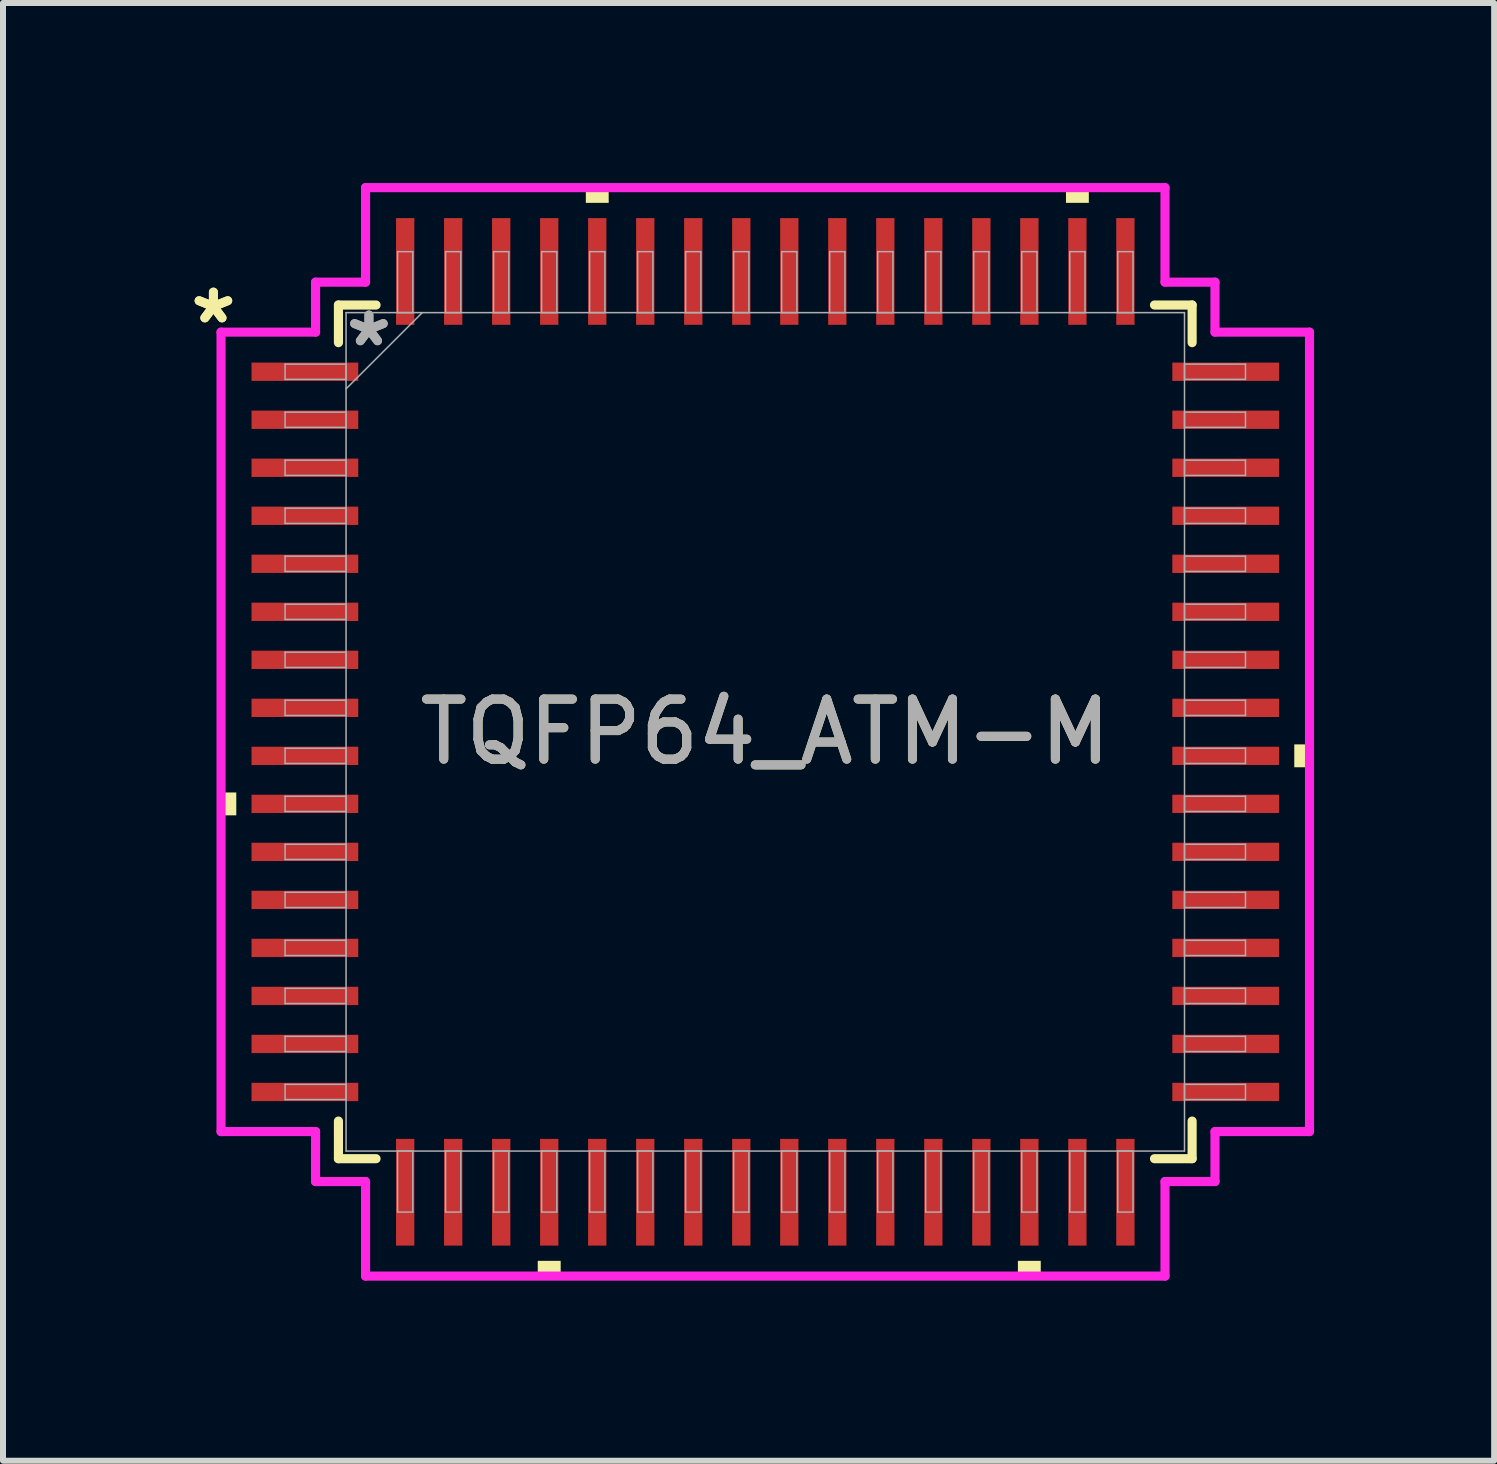
<source format=kicad_pcb>
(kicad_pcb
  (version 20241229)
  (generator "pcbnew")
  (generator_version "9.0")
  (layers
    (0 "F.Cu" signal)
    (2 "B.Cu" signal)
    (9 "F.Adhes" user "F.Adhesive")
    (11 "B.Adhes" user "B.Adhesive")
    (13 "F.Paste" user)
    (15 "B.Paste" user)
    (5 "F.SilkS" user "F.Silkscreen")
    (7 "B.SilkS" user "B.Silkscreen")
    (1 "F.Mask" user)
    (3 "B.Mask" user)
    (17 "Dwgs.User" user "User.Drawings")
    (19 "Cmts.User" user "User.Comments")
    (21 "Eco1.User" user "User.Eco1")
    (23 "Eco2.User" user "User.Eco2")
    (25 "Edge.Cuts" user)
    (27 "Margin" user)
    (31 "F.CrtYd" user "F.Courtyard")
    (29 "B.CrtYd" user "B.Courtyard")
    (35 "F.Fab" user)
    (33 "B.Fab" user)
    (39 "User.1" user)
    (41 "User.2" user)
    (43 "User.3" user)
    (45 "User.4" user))
  (footprint "TQFP64_ATM-M"
    (layer "F.Cu")
    (at 9.701 9.144)
    (property "Reference" "TQFP64_ATM-M" (at 0 0 0) (unlocked yes) (layer "F.SilkS") (effects (font (size 1 1) (thickness 0.15))))
    (attr smd)
    (fp_line (start -7.112 -7.112) (end -7.112 -6.485) (stroke (width 0.152) (type solid)) (layer "F.SilkS"))
    (fp_line (start -7.112 6.485) (end -7.112 7.112) (stroke (width 0.152) (type solid)) (layer "F.SilkS"))
    (fp_line (start -7.112 7.112) (end -6.485 7.112) (stroke (width 0.152) (type solid)) (layer "F.SilkS"))
    (fp_line (start -6.485 -7.112) (end -7.112 -7.112) (stroke (width 0.152) (type solid)) (layer "F.SilkS"))
    (fp_line (start 6.485 7.112) (end 7.112 7.112) (stroke (width 0.152) (type solid)) (layer "F.SilkS"))
    (fp_line (start 7.112 -7.112) (end 6.485 -7.112) (stroke (width 0.152) (type solid)) (layer "F.SilkS"))
    (fp_line (start 7.112 -6.485) (end 7.112 -7.112) (stroke (width 0.152) (type solid)) (layer "F.SilkS"))
    (fp_line (start 7.112 7.112) (end 7.112 6.485) (stroke (width 0.152) (type solid)) (layer "F.SilkS"))
    (fp_poly (pts (xy -9.068 1.01) (xy -9.068 1.391) (xy -8.814 1.391) (xy -8.814 1.01)) (stroke (width 0) (type solid)) (fill yes) (layer "F.SilkS"))
    (fp_poly (pts (xy -3.791 8.814) (xy -3.791 9.068) (xy -3.409 9.068) (xy -3.409 8.814)) (stroke (width 0) (type solid)) (fill yes) (layer "F.SilkS"))
    (fp_poly (pts (xy -2.99 -8.814) (xy -2.99 -9.068) (xy -2.609 -9.068) (xy -2.609 -8.814)) (stroke (width 0) (type solid)) (fill yes) (layer "F.SilkS"))
    (fp_poly (pts (xy 4.209 8.814) (xy 4.209 9.068) (xy 4.59 9.068) (xy 4.59 8.814)) (stroke (width 0) (type solid)) (fill yes) (layer "F.SilkS"))
    (fp_poly (pts (xy 5.01 -8.814) (xy 5.01 -9.068) (xy 5.391 -9.068) (xy 5.391 -8.814)) (stroke (width 0) (type solid)) (fill yes) (layer "F.SilkS"))
    (fp_poly (pts (xy 9.068 0.209) (xy 9.068 0.59) (xy 8.814 0.59) (xy 8.814 0.209)) (stroke (width 0) (type solid)) (fill yes) (layer "F.SilkS"))
    (fp_line (start -9.068 -6.66) (end -7.493 -6.66) (stroke (width 0.152) (type solid)) (layer "F.CrtYd"))
    (fp_line (start -9.068 6.66) (end -9.068 -6.66) (stroke (width 0.152) (type solid)) (layer "F.CrtYd"))
    (fp_line (start -7.493 -7.493) (end -6.66 -7.493) (stroke (width 0.152) (type solid)) (layer "F.CrtYd"))
    (fp_line (start -7.493 -6.66) (end -7.493 -7.493) (stroke (width 0.152) (type solid)) (layer "F.CrtYd"))
    (fp_line (start -7.493 6.66) (end -9.068 6.66) (stroke (width 0.152) (type solid)) (layer "F.CrtYd"))
    (fp_line (start -7.493 7.493) (end -7.493 6.66) (stroke (width 0.152) (type solid)) (layer "F.CrtYd"))
    (fp_line (start -7.493 7.493) (end -6.66 7.493) (stroke (width 0.152) (type solid)) (layer "F.CrtYd"))
    (fp_line (start -6.66 -9.068) (end 6.66 -9.068) (stroke (width 0.152) (type solid)) (layer "F.CrtYd"))
    (fp_line (start -6.66 -7.493) (end -6.66 -9.068) (stroke (width 0.152) (type solid)) (layer "F.CrtYd"))
    (fp_line (start -6.66 7.493) (end -6.66 9.068) (stroke (width 0.152) (type solid)) (layer "F.CrtYd"))
    (fp_line (start -6.66 9.068) (end 6.66 9.068) (stroke (width 0.152) (type solid)) (layer "F.CrtYd"))
    (fp_line (start 6.66 -9.068) (end 6.66 -7.493) (stroke (width 0.152) (type solid)) (layer "F.CrtYd"))
    (fp_line (start 6.66 -7.493) (end 7.493 -7.493) (stroke (width 0.152) (type solid)) (layer "F.CrtYd"))
    (fp_line (start 6.66 7.493) (end 7.493 7.493) (stroke (width 0.152) (type solid)) (layer "F.CrtYd"))
    (fp_line (start 6.66 9.068) (end 6.66 7.493) (stroke (width 0.152) (type solid)) (layer "F.CrtYd"))
    (fp_line (start 7.493 -6.66) (end 7.493 -7.493) (stroke (width 0.152) (type solid)) (layer "F.CrtYd"))
    (fp_line (start 7.493 6.66) (end 9.068 6.66) (stroke (width 0.152) (type solid)) (layer "F.CrtYd"))
    (fp_line (start 7.493 7.493) (end 7.493 6.66) (stroke (width 0.152) (type solid)) (layer "F.CrtYd"))
    (fp_line (start 9.068 -6.66) (end 7.493 -6.66) (stroke (width 0.152) (type solid)) (layer "F.CrtYd"))
    (fp_line (start 9.068 6.66) (end 9.068 -6.66) (stroke (width 0.152) (type solid)) (layer "F.CrtYd"))
    (fp_line (start -8.001 -6.127) (end -8.001 -5.873) (stroke (width 0.025) (type solid)) (layer "F.Fab"))
    (fp_line (start -8.001 -5.873) (end -6.985 -5.873) (stroke (width 0.025) (type solid)) (layer "F.Fab"))
    (fp_line (start -8.001 -5.327) (end -8.001 -5.073) (stroke (width 0.025) (type solid)) (layer "F.Fab"))
    (fp_line (start -8.001 -5.073) (end -6.985 -5.073) (stroke (width 0.025) (type solid)) (layer "F.Fab"))
    (fp_line (start -8.001 -4.527) (end -8.001 -4.273) (stroke (width 0.025) (type solid)) (layer "F.Fab"))
    (fp_line (start -8.001 -4.273) (end -6.985 -4.273) (stroke (width 0.025) (type solid)) (layer "F.Fab"))
    (fp_line (start -8.001 -3.727) (end -8.001 -3.473) (stroke (width 0.025) (type solid)) (layer "F.Fab"))
    (fp_line (start -8.001 -3.473) (end -6.985 -3.473) (stroke (width 0.025) (type solid)) (layer "F.Fab"))
    (fp_line (start -8.001 -2.927) (end -8.001 -2.673) (stroke (width 0.025) (type solid)) (layer "F.Fab"))
    (fp_line (start -8.001 -2.673) (end -6.985 -2.673) (stroke (width 0.025) (type solid)) (layer "F.Fab"))
    (fp_line (start -8.001 -2.127) (end -8.001 -1.873) (stroke (width 0.025) (type solid)) (layer "F.Fab"))
    (fp_line (start -8.001 -1.873) (end -6.985 -1.873) (stroke (width 0.025) (type solid)) (layer "F.Fab"))
    (fp_line (start -8.001 -1.327) (end -8.001 -1.073) (stroke (width 0.025) (type solid)) (layer "F.Fab"))
    (fp_line (start -8.001 -1.073) (end -6.985 -1.073) (stroke (width 0.025) (type solid)) (layer "F.Fab"))
    (fp_line (start -8.001 -0.527) (end -8.001 -0.273) (stroke (width 0.025) (type solid)) (layer "F.Fab"))
    (fp_line (start -8.001 -0.273) (end -6.985 -0.273) (stroke (width 0.025) (type solid)) (layer "F.Fab"))
    (fp_line (start -8.001 0.273) (end -8.001 0.527) (stroke (width 0.025) (type solid)) (layer "F.Fab"))
    (fp_line (start -8.001 0.527) (end -6.985 0.527) (stroke (width 0.025) (type solid)) (layer "F.Fab"))
    (fp_line (start -8.001 1.073) (end -8.001 1.327) (stroke (width 0.025) (type solid)) (layer "F.Fab"))
    (fp_line (start -8.001 1.327) (end -6.985 1.327) (stroke (width 0.025) (type solid)) (layer "F.Fab"))
    (fp_line (start -8.001 1.873) (end -8.001 2.127) (stroke (width 0.025) (type solid)) (layer "F.Fab"))
    (fp_line (start -8.001 2.127) (end -6.985 2.127) (stroke (width 0.025) (type solid)) (layer "F.Fab"))
    (fp_line (start -8.001 2.673) (end -8.001 2.927) (stroke (width 0.025) (type solid)) (layer "F.Fab"))
    (fp_line (start -8.001 2.927) (end -6.985 2.927) (stroke (width 0.025) (type solid)) (layer "F.Fab"))
    (fp_line (start -8.001 3.473) (end -8.001 3.727) (stroke (width 0.025) (type solid)) (layer "F.Fab"))
    (fp_line (start -8.001 3.727) (end -6.985 3.727) (stroke (width 0.025) (type solid)) (layer "F.Fab"))
    (fp_line (start -8.001 4.273) (end -8.001 4.527) (stroke (width 0.025) (type solid)) (layer "F.Fab"))
    (fp_line (start -8.001 4.527) (end -6.985 4.527) (stroke (width 0.025) (type solid)) (layer "F.Fab"))
    (fp_line (start -8.001 5.073) (end -8.001 5.327) (stroke (width 0.025) (type solid)) (layer "F.Fab"))
    (fp_line (start -8.001 5.327) (end -6.985 5.327) (stroke (width 0.025) (type solid)) (layer "F.Fab"))
    (fp_line (start -8.001 5.873) (end -8.001 6.127) (stroke (width 0.025) (type solid)) (layer "F.Fab"))
    (fp_line (start -8.001 6.127) (end -6.985 6.127) (stroke (width 0.025) (type solid)) (layer "F.Fab"))
    (fp_line (start -6.985 -6.985) (end -6.985 6.985) (stroke (width 0.025) (type solid)) (layer "F.Fab"))
    (fp_line (start -6.985 -6.127) (end -8.001 -6.127) (stroke (width 0.025) (type solid)) (layer "F.Fab"))
    (fp_line (start -6.985 -5.873) (end -6.985 -6.127) (stroke (width 0.025) (type solid)) (layer "F.Fab"))
    (fp_line (start -6.985 -5.715) (end -5.715 -6.985) (stroke (width 0.025) (type solid)) (layer "F.Fab"))
    (fp_line (start -6.985 -5.327) (end -8.001 -5.327) (stroke (width 0.025) (type solid)) (layer "F.Fab"))
    (fp_line (start -6.985 -5.073) (end -6.985 -5.327) (stroke (width 0.025) (type solid)) (layer "F.Fab"))
    (fp_line (start -6.985 -4.527) (end -8.001 -4.527) (stroke (width 0.025) (type solid)) (layer "F.Fab"))
    (fp_line (start -6.985 -4.273) (end -6.985 -4.527) (stroke (width 0.025) (type solid)) (layer "F.Fab"))
    (fp_line (start -6.985 -3.727) (end -8.001 -3.727) (stroke (width 0.025) (type solid)) (layer "F.Fab"))
    (fp_line (start -6.985 -3.473) (end -6.985 -3.727) (stroke (width 0.025) (type solid)) (layer "F.Fab"))
    (fp_line (start -6.985 -2.927) (end -8.001 -2.927) (stroke (width 0.025) (type solid)) (layer "F.Fab"))
    (fp_line (start -6.985 -2.673) (end -6.985 -2.927) (stroke (width 0.025) (type solid)) (layer "F.Fab"))
    (fp_line (start -6.985 -2.127) (end -8.001 -2.127) (stroke (width 0.025) (type solid)) (layer "F.Fab"))
    (fp_line (start -6.985 -1.873) (end -6.985 -2.127) (stroke (width 0.025) (type solid)) (layer "F.Fab"))
    (fp_line (start -6.985 -1.327) (end -8.001 -1.327) (stroke (width 0.025) (type solid)) (layer "F.Fab"))
    (fp_line (start -6.985 -1.073) (end -6.985 -1.327) (stroke (width 0.025) (type solid)) (layer "F.Fab"))
    (fp_line (start -6.985 -0.527) (end -8.001 -0.527) (stroke (width 0.025) (type solid)) (layer "F.Fab"))
    (fp_line (start -6.985 -0.273) (end -6.985 -0.527) (stroke (width 0.025) (type solid)) (layer "F.Fab"))
    (fp_line (start -6.985 0.273) (end -8.001 0.273) (stroke (width 0.025) (type solid)) (layer "F.Fab"))
    (fp_line (start -6.985 0.527) (end -6.985 0.273) (stroke (width 0.025) (type solid)) (layer "F.Fab"))
    (fp_line (start -6.985 1.073) (end -8.001 1.073) (stroke (width 0.025) (type solid)) (layer "F.Fab"))
    (fp_line (start -6.985 1.327) (end -6.985 1.073) (stroke (width 0.025) (type solid)) (layer "F.Fab"))
    (fp_line (start -6.985 1.873) (end -8.001 1.873) (stroke (width 0.025) (type solid)) (layer "F.Fab"))
    (fp_line (start -6.985 2.127) (end -6.985 1.873) (stroke (width 0.025) (type solid)) (layer "F.Fab"))
    (fp_line (start -6.985 2.673) (end -8.001 2.673) (stroke (width 0.025) (type solid)) (layer "F.Fab"))
    (fp_line (start -6.985 2.927) (end -6.985 2.673) (stroke (width 0.025) (type solid)) (layer "F.Fab"))
    (fp_line (start -6.985 3.473) (end -8.001 3.473) (stroke (width 0.025) (type solid)) (layer "F.Fab"))
    (fp_line (start -6.985 3.727) (end -6.985 3.473) (stroke (width 0.025) (type solid)) (layer "F.Fab"))
    (fp_line (start -6.985 4.273) (end -8.001 4.273) (stroke (width 0.025) (type solid)) (layer "F.Fab"))
    (fp_line (start -6.985 4.527) (end -6.985 4.273) (stroke (width 0.025) (type solid)) (layer "F.Fab"))
    (fp_line (start -6.985 5.073) (end -8.001 5.073) (stroke (width 0.025) (type solid)) (layer "F.Fab"))
    (fp_line (start -6.985 5.327) (end -6.985 5.073) (stroke (width 0.025) (type solid)) (layer "F.Fab"))
    (fp_line (start -6.985 5.873) (end -8.001 5.873) (stroke (width 0.025) (type solid)) (layer "F.Fab"))
    (fp_line (start -6.985 6.127) (end -6.985 5.873) (stroke (width 0.025) (type solid)) (layer "F.Fab"))
    (fp_line (start -6.985 6.985) (end 6.985 6.985) (stroke (width 0.025) (type solid)) (layer "F.Fab"))
    (fp_line (start -6.127 -8.001) (end -6.127 -6.985) (stroke (width 0.025) (type solid)) (layer "F.Fab"))
    (fp_line (start -6.127 -6.985) (end -5.873 -6.985) (stroke (width 0.025) (type solid)) (layer "F.Fab"))
    (fp_line (start -6.127 6.985) (end -6.127 8.001) (stroke (width 0.025) (type solid)) (layer "F.Fab"))
    (fp_line (start -6.127 8.001) (end -5.873 8.001) (stroke (width 0.025) (type solid)) (layer "F.Fab"))
    (fp_line (start -5.873 -8.001) (end -6.127 -8.001) (stroke (width 0.025) (type solid)) (layer "F.Fab"))
    (fp_line (start -5.873 -6.985) (end -5.873 -8.001) (stroke (width 0.025) (type solid)) (layer "F.Fab"))
    (fp_line (start -5.873 6.985) (end -6.127 6.985) (stroke (width 0.025) (type solid)) (layer "F.Fab"))
    (fp_line (start -5.873 8.001) (end -5.873 6.985) (stroke (width 0.025) (type solid)) (layer "F.Fab"))
    (fp_line (start -5.327 -8.001) (end -5.327 -6.985) (stroke (width 0.025) (type solid)) (layer "F.Fab"))
    (fp_line (start -5.327 -6.985) (end -5.073 -6.985) (stroke (width 0.025) (type solid)) (layer "F.Fab"))
    (fp_line (start -5.327 6.985) (end -5.327 8.001) (stroke (width 0.025) (type solid)) (layer "F.Fab"))
    (fp_line (start -5.327 8.001) (end -5.073 8.001) (stroke (width 0.025) (type solid)) (layer "F.Fab"))
    (fp_line (start -5.073 -8.001) (end -5.327 -8.001) (stroke (width 0.025) (type solid)) (layer "F.Fab"))
    (fp_line (start -5.073 -6.985) (end -5.073 -8.001) (stroke (width 0.025) (type solid)) (layer "F.Fab"))
    (fp_line (start -5.073 6.985) (end -5.327 6.985) (stroke (width 0.025) (type solid)) (layer "F.Fab"))
    (fp_line (start -5.073 8.001) (end -5.073 6.985) (stroke (width 0.025) (type solid)) (layer "F.Fab"))
    (fp_line (start -4.527 -8.001) (end -4.527 -6.985) (stroke (width 0.025) (type solid)) (layer "F.Fab"))
    (fp_line (start -4.527 -6.985) (end -4.273 -6.985) (stroke (width 0.025) (type solid)) (layer "F.Fab"))
    (fp_line (start -4.527 6.985) (end -4.527 8.001) (stroke (width 0.025) (type solid)) (layer "F.Fab"))
    (fp_line (start -4.527 8.001) (end -4.273 8.001) (stroke (width 0.025) (type solid)) (layer "F.Fab"))
    (fp_line (start -4.273 -8.001) (end -4.527 -8.001) (stroke (width 0.025) (type solid)) (layer "F.Fab"))
    (fp_line (start -4.273 -6.985) (end -4.273 -8.001) (stroke (width 0.025) (type solid)) (layer "F.Fab"))
    (fp_line (start -4.273 6.985) (end -4.527 6.985) (stroke (width 0.025) (type solid)) (layer "F.Fab"))
    (fp_line (start -4.273 8.001) (end -4.273 6.985) (stroke (width 0.025) (type solid)) (layer "F.Fab"))
    (fp_line (start -3.727 -8.001) (end -3.727 -6.985) (stroke (width 0.025) (type solid)) (layer "F.Fab"))
    (fp_line (start -3.727 -6.985) (end -3.473 -6.985) (stroke (width 0.025) (type solid)) (layer "F.Fab"))
    (fp_line (start -3.727 6.985) (end -3.727 8.001) (stroke (width 0.025) (type solid)) (layer "F.Fab"))
    (fp_line (start -3.727 8.001) (end -3.473 8.001) (stroke (width 0.025) (type solid)) (layer "F.Fab"))
    (fp_line (start -3.473 -8.001) (end -3.727 -8.001) (stroke (width 0.025) (type solid)) (layer "F.Fab"))
    (fp_line (start -3.473 -6.985) (end -3.473 -8.001) (stroke (width 0.025) (type solid)) (layer "F.Fab"))
    (fp_line (start -3.473 6.985) (end -3.727 6.985) (stroke (width 0.025) (type solid)) (layer "F.Fab"))
    (fp_line (start -3.473 8.001) (end -3.473 6.985) (stroke (width 0.025) (type solid)) (layer "F.Fab"))
    (fp_line (start -2.927 -8.001) (end -2.927 -6.985) (stroke (width 0.025) (type solid)) (layer "F.Fab"))
    (fp_line (start -2.927 -6.985) (end -2.673 -6.985) (stroke (width 0.025) (type solid)) (layer "F.Fab"))
    (fp_line (start -2.927 6.985) (end -2.927 8.001) (stroke (width 0.025) (type solid)) (layer "F.Fab"))
    (fp_line (start -2.927 8.001) (end -2.673 8.001) (stroke (width 0.025) (type solid)) (layer "F.Fab"))
    (fp_line (start -2.673 -8.001) (end -2.927 -8.001) (stroke (width 0.025) (type solid)) (layer "F.Fab"))
    (fp_line (start -2.673 -6.985) (end -2.673 -8.001) (stroke (width 0.025) (type solid)) (layer "F.Fab"))
    (fp_line (start -2.673 6.985) (end -2.927 6.985) (stroke (width 0.025) (type solid)) (layer "F.Fab"))
    (fp_line (start -2.673 8.001) (end -2.673 6.985) (stroke (width 0.025) (type solid)) (layer "F.Fab"))
    (fp_line (start -2.127 -8.001) (end -2.127 -6.985) (stroke (width 0.025) (type solid)) (layer "F.Fab"))
    (fp_line (start -2.127 -6.985) (end -1.873 -6.985) (stroke (width 0.025) (type solid)) (layer "F.Fab"))
    (fp_line (start -2.127 6.985) (end -2.127 8.001) (stroke (width 0.025) (type solid)) (layer "F.Fab"))
    (fp_line (start -2.127 8.001) (end -1.873 8.001) (stroke (width 0.025) (type solid)) (layer "F.Fab"))
    (fp_line (start -1.873 -8.001) (end -2.127 -8.001) (stroke (width 0.025) (type solid)) (layer "F.Fab"))
    (fp_line (start -1.873 -6.985) (end -1.873 -8.001) (stroke (width 0.025) (type solid)) (layer "F.Fab"))
    (fp_line (start -1.873 6.985) (end -2.127 6.985) (stroke (width 0.025) (type solid)) (layer "F.Fab"))
    (fp_line (start -1.873 8.001) (end -1.873 6.985) (stroke (width 0.025) (type solid)) (layer "F.Fab"))
    (fp_line (start -1.327 -8.001) (end -1.327 -6.985) (stroke (width 0.025) (type solid)) (layer "F.Fab"))
    (fp_line (start -1.327 -6.985) (end -1.073 -6.985) (stroke (width 0.025) (type solid)) (layer "F.Fab"))
    (fp_line (start -1.327 6.985) (end -1.327 8.001) (stroke (width 0.025) (type solid)) (layer "F.Fab"))
    (fp_line (start -1.327 8.001) (end -1.073 8.001) (stroke (width 0.025) (type solid)) (layer "F.Fab"))
    (fp_line (start -1.073 -8.001) (end -1.327 -8.001) (stroke (width 0.025) (type solid)) (layer "F.Fab"))
    (fp_line (start -1.073 -6.985) (end -1.073 -8.001) (stroke (width 0.025) (type solid)) (layer "F.Fab"))
    (fp_line (start -1.073 6.985) (end -1.327 6.985) (stroke (width 0.025) (type solid)) (layer "F.Fab"))
    (fp_line (start -1.073 8.001) (end -1.073 6.985) (stroke (width 0.025) (type solid)) (layer "F.Fab"))
    (fp_line (start -0.527 -8.001) (end -0.527 -6.985) (stroke (width 0.025) (type solid)) (layer "F.Fab"))
    (fp_line (start -0.527 -6.985) (end -0.273 -6.985) (stroke (width 0.025) (type solid)) (layer "F.Fab"))
    (fp_line (start -0.527 6.985) (end -0.527 8.001) (stroke (width 0.025) (type solid)) (layer "F.Fab"))
    (fp_line (start -0.527 8.001) (end -0.273 8.001) (stroke (width 0.025) (type solid)) (layer "F.Fab"))
    (fp_line (start -0.273 -8.001) (end -0.527 -8.001) (stroke (width 0.025) (type solid)) (layer "F.Fab"))
    (fp_line (start -0.273 -6.985) (end -0.273 -8.001) (stroke (width 0.025) (type solid)) (layer "F.Fab"))
    (fp_line (start -0.273 6.985) (end -0.527 6.985) (stroke (width 0.025) (type solid)) (layer "F.Fab"))
    (fp_line (start -0.273 8.001) (end -0.273 6.985) (stroke (width 0.025) (type solid)) (layer "F.Fab"))
    (fp_line (start 0.273 -8.001) (end 0.273 -6.985) (stroke (width 0.025) (type solid)) (layer "F.Fab"))
    (fp_line (start 0.273 -6.985) (end 0.527 -6.985) (stroke (width 0.025) (type solid)) (layer "F.Fab"))
    (fp_line (start 0.273 6.985) (end 0.273 8.001) (stroke (width 0.025) (type solid)) (layer "F.Fab"))
    (fp_line (start 0.273 8.001) (end 0.527 8.001) (stroke (width 0.025) (type solid)) (layer "F.Fab"))
    (fp_line (start 0.527 -8.001) (end 0.273 -8.001) (stroke (width 0.025) (type solid)) (layer "F.Fab"))
    (fp_line (start 0.527 -6.985) (end 0.527 -8.001) (stroke (width 0.025) (type solid)) (layer "F.Fab"))
    (fp_line (start 0.527 6.985) (end 0.273 6.985) (stroke (width 0.025) (type solid)) (layer "F.Fab"))
    (fp_line (start 0.527 8.001) (end 0.527 6.985) (stroke (width 0.025) (type solid)) (layer "F.Fab"))
    (fp_line (start 1.073 -8.001) (end 1.073 -6.985) (stroke (width 0.025) (type solid)) (layer "F.Fab"))
    (fp_line (start 1.073 -6.985) (end 1.327 -6.985) (stroke (width 0.025) (type solid)) (layer "F.Fab"))
    (fp_line (start 1.073 6.985) (end 1.073 8.001) (stroke (width 0.025) (type solid)) (layer "F.Fab"))
    (fp_line (start 1.073 8.001) (end 1.327 8.001) (stroke (width 0.025) (type solid)) (layer "F.Fab"))
    (fp_line (start 1.327 -8.001) (end 1.073 -8.001) (stroke (width 0.025) (type solid)) (layer "F.Fab"))
    (fp_line (start 1.327 -6.985) (end 1.327 -8.001) (stroke (width 0.025) (type solid)) (layer "F.Fab"))
    (fp_line (start 1.327 6.985) (end 1.073 6.985) (stroke (width 0.025) (type solid)) (layer "F.Fab"))
    (fp_line (start 1.327 8.001) (end 1.327 6.985) (stroke (width 0.025) (type solid)) (layer "F.Fab"))
    (fp_line (start 1.873 -8.001) (end 1.873 -6.985) (stroke (width 0.025) (type solid)) (layer "F.Fab"))
    (fp_line (start 1.873 -6.985) (end 2.127 -6.985) (stroke (width 0.025) (type solid)) (layer "F.Fab"))
    (fp_line (start 1.873 6.985) (end 1.873 8.001) (stroke (width 0.025) (type solid)) (layer "F.Fab"))
    (fp_line (start 1.873 8.001) (end 2.127 8.001) (stroke (width 0.025) (type solid)) (layer "F.Fab"))
    (fp_line (start 2.127 -8.001) (end 1.873 -8.001) (stroke (width 0.025) (type solid)) (layer "F.Fab"))
    (fp_line (start 2.127 -6.985) (end 2.127 -8.001) (stroke (width 0.025) (type solid)) (layer "F.Fab"))
    (fp_line (start 2.127 6.985) (end 1.873 6.985) (stroke (width 0.025) (type solid)) (layer "F.Fab"))
    (fp_line (start 2.127 8.001) (end 2.127 6.985) (stroke (width 0.025) (type solid)) (layer "F.Fab"))
    (fp_line (start 2.673 -8.001) (end 2.673 -6.985) (stroke (width 0.025) (type solid)) (layer "F.Fab"))
    (fp_line (start 2.673 -6.985) (end 2.927 -6.985) (stroke (width 0.025) (type solid)) (layer "F.Fab"))
    (fp_line (start 2.673 6.985) (end 2.673 8.001) (stroke (width 0.025) (type solid)) (layer "F.Fab"))
    (fp_line (start 2.673 8.001) (end 2.927 8.001) (stroke (width 0.025) (type solid)) (layer "F.Fab"))
    (fp_line (start 2.927 -8.001) (end 2.673 -8.001) (stroke (width 0.025) (type solid)) (layer "F.Fab"))
    (fp_line (start 2.927 -6.985) (end 2.927 -8.001) (stroke (width 0.025) (type solid)) (layer "F.Fab"))
    (fp_line (start 2.927 6.985) (end 2.673 6.985) (stroke (width 0.025) (type solid)) (layer "F.Fab"))
    (fp_line (start 2.927 8.001) (end 2.927 6.985) (stroke (width 0.025) (type solid)) (layer "F.Fab"))
    (fp_line (start 3.473 -8.001) (end 3.473 -6.985) (stroke (width 0.025) (type solid)) (layer "F.Fab"))
    (fp_line (start 3.473 -6.985) (end 3.727 -6.985) (stroke (width 0.025) (type solid)) (layer "F.Fab"))
    (fp_line (start 3.473 6.985) (end 3.473 8.001) (stroke (width 0.025) (type solid)) (layer "F.Fab"))
    (fp_line (start 3.473 8.001) (end 3.727 8.001) (stroke (width 0.025) (type solid)) (layer "F.Fab"))
    (fp_line (start 3.727 -8.001) (end 3.473 -8.001) (stroke (width 0.025) (type solid)) (layer "F.Fab"))
    (fp_line (start 3.727 -6.985) (end 3.727 -8.001) (stroke (width 0.025) (type solid)) (layer "F.Fab"))
    (fp_line (start 3.727 6.985) (end 3.473 6.985) (stroke (width 0.025) (type solid)) (layer "F.Fab"))
    (fp_line (start 3.727 8.001) (end 3.727 6.985) (stroke (width 0.025) (type solid)) (layer "F.Fab"))
    (fp_line (start 4.273 -8.001) (end 4.273 -6.985) (stroke (width 0.025) (type solid)) (layer "F.Fab"))
    (fp_line (start 4.273 -6.985) (end 4.527 -6.985) (stroke (width 0.025) (type solid)) (layer "F.Fab"))
    (fp_line (start 4.273 6.985) (end 4.273 8.001) (stroke (width 0.025) (type solid)) (layer "F.Fab"))
    (fp_line (start 4.273 8.001) (end 4.527 8.001) (stroke (width 0.025) (type solid)) (layer "F.Fab"))
    (fp_line (start 4.527 -8.001) (end 4.273 -8.001) (stroke (width 0.025) (type solid)) (layer "F.Fab"))
    (fp_line (start 4.527 -6.985) (end 4.527 -8.001) (stroke (width 0.025) (type solid)) (layer "F.Fab"))
    (fp_line (start 4.527 6.985) (end 4.273 6.985) (stroke (width 0.025) (type solid)) (layer "F.Fab"))
    (fp_line (start 4.527 8.001) (end 4.527 6.985) (stroke (width 0.025) (type solid)) (layer "F.Fab"))
    (fp_line (start 5.073 -8.001) (end 5.073 -6.985) (stroke (width 0.025) (type solid)) (layer "F.Fab"))
    (fp_line (start 5.073 -6.985) (end 5.327 -6.985) (stroke (width 0.025) (type solid)) (layer "F.Fab"))
    (fp_line (start 5.073 6.985) (end 5.073 8.001) (stroke (width 0.025) (type solid)) (layer "F.Fab"))
    (fp_line (start 5.073 8.001) (end 5.327 8.001) (stroke (width 0.025) (type solid)) (layer "F.Fab"))
    (fp_line (start 5.327 -8.001) (end 5.073 -8.001) (stroke (width 0.025) (type solid)) (layer "F.Fab"))
    (fp_line (start 5.327 -6.985) (end 5.327 -8.001) (stroke (width 0.025) (type solid)) (layer "F.Fab"))
    (fp_line (start 5.327 6.985) (end 5.073 6.985) (stroke (width 0.025) (type solid)) (layer "F.Fab"))
    (fp_line (start 5.327 8.001) (end 5.327 6.985) (stroke (width 0.025) (type solid)) (layer "F.Fab"))
    (fp_line (start 5.873 -8.001) (end 5.873 -6.985) (stroke (width 0.025) (type solid)) (layer "F.Fab"))
    (fp_line (start 5.873 -6.985) (end 6.127 -6.985) (stroke (width 0.025) (type solid)) (layer "F.Fab"))
    (fp_line (start 5.873 6.985) (end 5.873 8.001) (stroke (width 0.025) (type solid)) (layer "F.Fab"))
    (fp_line (start 5.873 8.001) (end 6.127 8.001) (stroke (width 0.025) (type solid)) (layer "F.Fab"))
    (fp_line (start 6.127 -8.001) (end 5.873 -8.001) (stroke (width 0.025) (type solid)) (layer "F.Fab"))
    (fp_line (start 6.127 -6.985) (end 6.127 -8.001) (stroke (width 0.025) (type solid)) (layer "F.Fab"))
    (fp_line (start 6.127 6.985) (end 5.873 6.985) (stroke (width 0.025) (type solid)) (layer "F.Fab"))
    (fp_line (start 6.127 8.001) (end 6.127 6.985) (stroke (width 0.025) (type solid)) (layer "F.Fab"))
    (fp_line (start 6.985 -6.985) (end -6.985 -6.985) (stroke (width 0.025) (type solid)) (layer "F.Fab"))
    (fp_line (start 6.985 -6.127) (end 6.985 -5.873) (stroke (width 0.025) (type solid)) (layer "F.Fab"))
    (fp_line (start 6.985 -5.873) (end 8.001 -5.873) (stroke (width 0.025) (type solid)) (layer "F.Fab"))
    (fp_line (start 6.985 -5.327) (end 6.985 -5.073) (stroke (width 0.025) (type solid)) (layer "F.Fab"))
    (fp_line (start 6.985 -5.073) (end 8.001 -5.073) (stroke (width 0.025) (type solid)) (layer "F.Fab"))
    (fp_line (start 6.985 -4.527) (end 6.985 -4.273) (stroke (width 0.025) (type solid)) (layer "F.Fab"))
    (fp_line (start 6.985 -4.273) (end 8.001 -4.273) (stroke (width 0.025) (type solid)) (layer "F.Fab"))
    (fp_line (start 6.985 -3.727) (end 6.985 -3.473) (stroke (width 0.025) (type solid)) (layer "F.Fab"))
    (fp_line (start 6.985 -3.473) (end 8.001 -3.473) (stroke (width 0.025) (type solid)) (layer "F.Fab"))
    (fp_line (start 6.985 -2.927) (end 6.985 -2.673) (stroke (width 0.025) (type solid)) (layer "F.Fab"))
    (fp_line (start 6.985 -2.673) (end 8.001 -2.673) (stroke (width 0.025) (type solid)) (layer "F.Fab"))
    (fp_line (start 6.985 -2.127) (end 6.985 -1.873) (stroke (width 0.025) (type solid)) (layer "F.Fab"))
    (fp_line (start 6.985 -1.873) (end 8.001 -1.873) (stroke (width 0.025) (type solid)) (layer "F.Fab"))
    (fp_line (start 6.985 -1.327) (end 6.985 -1.073) (stroke (width 0.025) (type solid)) (layer "F.Fab"))
    (fp_line (start 6.985 -1.073) (end 8.001 -1.073) (stroke (width 0.025) (type solid)) (layer "F.Fab"))
    (fp_line (start 6.985 -0.527) (end 6.985 -0.273) (stroke (width 0.025) (type solid)) (layer "F.Fab"))
    (fp_line (start 6.985 -0.273) (end 8.001 -0.273) (stroke (width 0.025) (type solid)) (layer "F.Fab"))
    (fp_line (start 6.985 0.273) (end 6.985 0.527) (stroke (width 0.025) (type solid)) (layer "F.Fab"))
    (fp_line (start 6.985 0.527) (end 8.001 0.527) (stroke (width 0.025) (type solid)) (layer "F.Fab"))
    (fp_line (start 6.985 1.073) (end 6.985 1.327) (stroke (width 0.025) (type solid)) (layer "F.Fab"))
    (fp_line (start 6.985 1.327) (end 8.001 1.327) (stroke (width 0.025) (type solid)) (layer "F.Fab"))
    (fp_line (start 6.985 1.873) (end 6.985 2.127) (stroke (width 0.025) (type solid)) (layer "F.Fab"))
    (fp_line (start 6.985 2.127) (end 8.001 2.127) (stroke (width 0.025) (type solid)) (layer "F.Fab"))
    (fp_line (start 6.985 2.673) (end 6.985 2.927) (stroke (width 0.025) (type solid)) (layer "F.Fab"))
    (fp_line (start 6.985 2.927) (end 8.001 2.927) (stroke (width 0.025) (type solid)) (layer "F.Fab"))
    (fp_line (start 6.985 3.473) (end 6.985 3.727) (stroke (width 0.025) (type solid)) (layer "F.Fab"))
    (fp_line (start 6.985 3.727) (end 8.001 3.727) (stroke (width 0.025) (type solid)) (layer "F.Fab"))
    (fp_line (start 6.985 4.273) (end 6.985 4.527) (stroke (width 0.025) (type solid)) (layer "F.Fab"))
    (fp_line (start 6.985 4.527) (end 8.001 4.527) (stroke (width 0.025) (type solid)) (layer "F.Fab"))
    (fp_line (start 6.985 5.073) (end 6.985 5.327) (stroke (width 0.025) (type solid)) (layer "F.Fab"))
    (fp_line (start 6.985 5.327) (end 8.001 5.327) (stroke (width 0.025) (type solid)) (layer "F.Fab"))
    (fp_line (start 6.985 5.873) (end 6.985 6.127) (stroke (width 0.025) (type solid)) (layer "F.Fab"))
    (fp_line (start 6.985 6.127) (end 8.001 6.127) (stroke (width 0.025) (type solid)) (layer "F.Fab"))
    (fp_line (start 6.985 6.985) (end 6.985 -6.985) (stroke (width 0.025) (type solid)) (layer "F.Fab"))
    (fp_line (start 8.001 -6.127) (end 6.985 -6.127) (stroke (width 0.025) (type solid)) (layer "F.Fab"))
    (fp_line (start 8.001 -5.873) (end 8.001 -6.127) (stroke (width 0.025) (type solid)) (layer "F.Fab"))
    (fp_line (start 8.001 -5.327) (end 6.985 -5.327) (stroke (width 0.025) (type solid)) (layer "F.Fab"))
    (fp_line (start 8.001 -5.073) (end 8.001 -5.327) (stroke (width 0.025) (type solid)) (layer "F.Fab"))
    (fp_line (start 8.001 -4.527) (end 6.985 -4.527) (stroke (width 0.025) (type solid)) (layer "F.Fab"))
    (fp_line (start 8.001 -4.273) (end 8.001 -4.527) (stroke (width 0.025) (type solid)) (layer "F.Fab"))
    (fp_line (start 8.001 -3.727) (end 6.985 -3.727) (stroke (width 0.025) (type solid)) (layer "F.Fab"))
    (fp_line (start 8.001 -3.473) (end 8.001 -3.727) (stroke (width 0.025) (type solid)) (layer "F.Fab"))
    (fp_line (start 8.001 -2.927) (end 6.985 -2.927) (stroke (width 0.025) (type solid)) (layer "F.Fab"))
    (fp_line (start 8.001 -2.673) (end 8.001 -2.927) (stroke (width 0.025) (type solid)) (layer "F.Fab"))
    (fp_line (start 8.001 -2.127) (end 6.985 -2.127) (stroke (width 0.025) (type solid)) (layer "F.Fab"))
    (fp_line (start 8.001 -1.873) (end 8.001 -2.127) (stroke (width 0.025) (type solid)) (layer "F.Fab"))
    (fp_line (start 8.001 -1.327) (end 6.985 -1.327) (stroke (width 0.025) (type solid)) (layer "F.Fab"))
    (fp_line (start 8.001 -1.073) (end 8.001 -1.327) (stroke (width 0.025) (type solid)) (layer "F.Fab"))
    (fp_line (start 8.001 -0.527) (end 6.985 -0.527) (stroke (width 0.025) (type solid)) (layer "F.Fab"))
    (fp_line (start 8.001 -0.273) (end 8.001 -0.527) (stroke (width 0.025) (type solid)) (layer "F.Fab"))
    (fp_line (start 8.001 0.273) (end 6.985 0.273) (stroke (width 0.025) (type solid)) (layer "F.Fab"))
    (fp_line (start 8.001 0.527) (end 8.001 0.273) (stroke (width 0.025) (type solid)) (layer "F.Fab"))
    (fp_line (start 8.001 1.073) (end 6.985 1.073) (stroke (width 0.025) (type solid)) (layer "F.Fab"))
    (fp_line (start 8.001 1.327) (end 8.001 1.073) (stroke (width 0.025) (type solid)) (layer "F.Fab"))
    (fp_line (start 8.001 1.873) (end 6.985 1.873) (stroke (width 0.025) (type solid)) (layer "F.Fab"))
    (fp_line (start 8.001 2.127) (end 8.001 1.873) (stroke (width 0.025) (type solid)) (layer "F.Fab"))
    (fp_line (start 8.001 2.673) (end 6.985 2.673) (stroke (width 0.025) (type solid)) (layer "F.Fab"))
    (fp_line (start 8.001 2.927) (end 8.001 2.673) (stroke (width 0.025) (type solid)) (layer "F.Fab"))
    (fp_line (start 8.001 3.473) (end 6.985 3.473) (stroke (width 0.025) (type solid)) (layer "F.Fab"))
    (fp_line (start 8.001 3.727) (end 8.001 3.473) (stroke (width 0.025) (type solid)) (layer "F.Fab"))
    (fp_line (start 8.001 4.273) (end 6.985 4.273) (stroke (width 0.025) (type solid)) (layer "F.Fab"))
    (fp_line (start 8.001 4.527) (end 8.001 4.273) (stroke (width 0.025) (type solid)) (layer "F.Fab"))
    (fp_line (start 8.001 5.073) (end 6.985 5.073) (stroke (width 0.025) (type solid)) (layer "F.Fab"))
    (fp_line (start 8.001 5.327) (end 8.001 5.073) (stroke (width 0.025) (type solid)) (layer "F.Fab"))
    (fp_line (start 8.001 5.873) (end 6.985 5.873) (stroke (width 0.025) (type solid)) (layer "F.Fab"))
    (fp_line (start 8.001 6.127) (end 8.001 5.873) (stroke (width 0.025) (type solid)) (layer "F.Fab"))
    (fp_text user "*" (at -9.195 -6.781 0) (unlocked yes) (layer "F.SilkS") (effects (font (size 1 1) (thickness 0.15))))
    (fp_text user "*" (at -9.195 -6.781 0) (layer "F.SilkS") (effects (font (size 1 1) (thickness 0.15))))
    (fp_text user "*" (at -6.604 -6.4 0) (layer "F.Fab") (effects (font (size 1 1) (thickness 0.15))))
    (fp_text user "*" (at -6.604 -6.4 0) (unlocked yes) (layer "F.Fab") (effects (font (size 1 1) (thickness 0.15))))
    (fp_text user "${REFERENCE}" (at 0 0 0) (unlocked yes) (layer "F.Fab") (effects (font (size 1 1) (thickness 0.15))))
    (pad "1" smd rect (at -7.671 -6 90) (size 0.305 1.778) (layers "F.Cu" "F.Mask" "F.Paste"))
    (pad "2" smd rect (at -7.671 -5.2 90) (size 0.305 1.778) (layers "F.Cu" "F.Mask" "F.Paste"))
    (pad "3" smd rect (at -7.671 -4.4 90) (size 0.305 1.778) (layers "F.Cu" "F.Mask" "F.Paste"))
    (pad "4" smd rect (at -7.671 -3.6 90) (size 0.305 1.778) (layers "F.Cu" "F.Mask" "F.Paste"))
    (pad "5" smd rect (at -7.671 -2.8 90) (size 0.305 1.778) (layers "F.Cu" "F.Mask" "F.Paste"))
    (pad "6" smd rect (at -7.671 -2 90) (size 0.305 1.778) (layers "F.Cu" "F.Mask" "F.Paste"))
    (pad "7" smd rect (at -7.671 -1.2 90) (size 0.305 1.778) (layers "F.Cu" "F.Mask" "F.Paste"))
    (pad "8" smd rect (at -7.671 -0.4 90) (size 0.305 1.778) (layers "F.Cu" "F.Mask" "F.Paste"))
    (pad "9" smd rect (at -7.671 0.4 90) (size 0.305 1.778) (layers "F.Cu" "F.Mask" "F.Paste"))
    (pad "10" smd rect (at -7.671 1.2 90) (size 0.305 1.778) (layers "F.Cu" "F.Mask" "F.Paste"))
    (pad "11" smd rect (at -7.671 2 90) (size 0.305 1.778) (layers "F.Cu" "F.Mask" "F.Paste"))
    (pad "12" smd rect (at -7.671 2.8 90) (size 0.305 1.778) (layers "F.Cu" "F.Mask" "F.Paste"))
    (pad "13" smd rect (at -7.671 3.6 90) (size 0.305 1.778) (layers "F.Cu" "F.Mask" "F.Paste"))
    (pad "14" smd rect (at -7.671 4.4 90) (size 0.305 1.778) (layers "F.Cu" "F.Mask" "F.Paste"))
    (pad "15" smd rect (at -7.671 5.2 90) (size 0.305 1.778) (layers "F.Cu" "F.Mask" "F.Paste"))
    (pad "16" smd rect (at -7.671 6 90) (size 0.305 1.778) (layers "F.Cu" "F.Mask" "F.Paste"))
    (pad "17" smd rect (at -6 7.671) (size 0.305 1.778) (layers "F.Cu" "F.Mask" "F.Paste"))
    (pad "18" smd rect (at -5.2 7.671) (size 0.305 1.778) (layers "F.Cu" "F.Mask" "F.Paste"))
    (pad "19" smd rect (at -4.4 7.671) (size 0.305 1.778) (layers "F.Cu" "F.Mask" "F.Paste"))
    (pad "20" smd rect (at -3.6 7.671) (size 0.305 1.778) (layers "F.Cu" "F.Mask" "F.Paste"))
    (pad "21" smd rect (at -2.8 7.671) (size 0.305 1.778) (layers "F.Cu" "F.Mask" "F.Paste"))
    (pad "22" smd rect (at -2 7.671) (size 0.305 1.778) (layers "F.Cu" "F.Mask" "F.Paste"))
    (pad "23" smd rect (at -1.2 7.671) (size 0.305 1.778) (layers "F.Cu" "F.Mask" "F.Paste"))
    (pad "24" smd rect (at -0.4 7.671) (size 0.305 1.778) (layers "F.Cu" "F.Mask" "F.Paste"))
    (pad "25" smd rect (at 0.4 7.671) (size 0.305 1.778) (layers "F.Cu" "F.Mask" "F.Paste"))
    (pad "26" smd rect (at 1.2 7.671) (size 0.305 1.778) (layers "F.Cu" "F.Mask" "F.Paste"))
    (pad "27" smd rect (at 2 7.671) (size 0.305 1.778) (layers "F.Cu" "F.Mask" "F.Paste"))
    (pad "28" smd rect (at 2.8 7.671) (size 0.305 1.778) (layers "F.Cu" "F.Mask" "F.Paste"))
    (pad "29" smd rect (at 3.6 7.671) (size 0.305 1.778) (layers "F.Cu" "F.Mask" "F.Paste"))
    (pad "30" smd rect (at 4.4 7.671) (size 0.305 1.778) (layers "F.Cu" "F.Mask" "F.Paste"))
    (pad "31" smd rect (at 5.2 7.671) (size 0.305 1.778) (layers "F.Cu" "F.Mask" "F.Paste"))
    (pad "32" smd rect (at 6 7.671) (size 0.305 1.778) (layers "F.Cu" "F.Mask" "F.Paste"))
    (pad "33" smd rect (at 7.671 6 90) (size 0.305 1.778) (layers "F.Cu" "F.Mask" "F.Paste"))
    (pad "34" smd rect (at 7.671 5.2 90) (size 0.305 1.778) (layers "F.Cu" "F.Mask" "F.Paste"))
    (pad "35" smd rect (at 7.671 4.4 90) (size 0.305 1.778) (layers "F.Cu" "F.Mask" "F.Paste"))
    (pad "36" smd rect (at 7.671 3.6 90) (size 0.305 1.778) (layers "F.Cu" "F.Mask" "F.Paste"))
    (pad "37" smd rect (at 7.671 2.8 90) (size 0.305 1.778) (layers "F.Cu" "F.Mask" "F.Paste"))
    (pad "38" smd rect (at 7.671 2 90) (size 0.305 1.778) (layers "F.Cu" "F.Mask" "F.Paste"))
    (pad "39" smd rect (at 7.671 1.2 90) (size 0.305 1.778) (layers "F.Cu" "F.Mask" "F.Paste"))
    (pad "40" smd rect (at 7.671 0.4 90) (size 0.305 1.778) (layers "F.Cu" "F.Mask" "F.Paste"))
    (pad "41" smd rect (at 7.671 -0.4 90) (size 0.305 1.778) (layers "F.Cu" "F.Mask" "F.Paste"))
    (pad "42" smd rect (at 7.671 -1.2 90) (size 0.305 1.778) (layers "F.Cu" "F.Mask" "F.Paste"))
    (pad "43" smd rect (at 7.671 -2 90) (size 0.305 1.778) (layers "F.Cu" "F.Mask" "F.Paste"))
    (pad "44" smd rect (at 7.671 -2.8 90) (size 0.305 1.778) (layers "F.Cu" "F.Mask" "F.Paste"))
    (pad "45" smd rect (at 7.671 -3.6 90) (size 0.305 1.778) (layers "F.Cu" "F.Mask" "F.Paste"))
    (pad "46" smd rect (at 7.671 -4.4 90) (size 0.305 1.778) (layers "F.Cu" "F.Mask" "F.Paste"))
    (pad "47" smd rect (at 7.671 -5.2 90) (size 0.305 1.778) (layers "F.Cu" "F.Mask" "F.Paste"))
    (pad "48" smd rect (at 7.671 -6 90) (size 0.305 1.778) (layers "F.Cu" "F.Mask" "F.Paste"))
    (pad "49" smd rect (at 6 -7.671) (size 0.305 1.778) (layers "F.Cu" "F.Mask" "F.Paste"))
    (pad "50" smd rect (at 5.2 -7.671) (size 0.305 1.778) (layers "F.Cu" "F.Mask" "F.Paste"))
    (pad "51" smd rect (at 4.4 -7.671) (size 0.305 1.778) (layers "F.Cu" "F.Mask" "F.Paste"))
    (pad "52" smd rect (at 3.6 -7.671) (size 0.305 1.778) (layers "F.Cu" "F.Mask" "F.Paste"))
    (pad "53" smd rect (at 2.8 -7.671) (size 0.305 1.778) (layers "F.Cu" "F.Mask" "F.Paste"))
    (pad "54" smd rect (at 2 -7.671) (size 0.305 1.778) (layers "F.Cu" "F.Mask" "F.Paste"))
    (pad "55" smd rect (at 1.2 -7.671) (size 0.305 1.778) (layers "F.Cu" "F.Mask" "F.Paste"))
    (pad "56" smd rect (at 0.4 -7.671) (size 0.305 1.778) (layers "F.Cu" "F.Mask" "F.Paste"))
    (pad "57" smd rect (at -0.4 -7.671) (size 0.305 1.778) (layers "F.Cu" "F.Mask" "F.Paste"))
    (pad "58" smd rect (at -1.2 -7.671) (size 0.305 1.778) (layers "F.Cu" "F.Mask" "F.Paste"))
    (pad "59" smd rect (at -2 -7.671) (size 0.305 1.778) (layers "F.Cu" "F.Mask" "F.Paste"))
    (pad "60" smd rect (at -2.8 -7.671) (size 0.305 1.778) (layers "F.Cu" "F.Mask" "F.Paste"))
    (pad "61" smd rect (at -3.6 -7.671) (size 0.305 1.778) (layers "F.Cu" "F.Mask" "F.Paste"))
    (pad "62" smd rect (at -4.4 -7.671) (size 0.305 1.778) (layers "F.Cu" "F.Mask" "F.Paste"))
    (pad "63" smd rect (at -5.2 -7.671) (size 0.305 1.778) (layers "F.Cu" "F.Mask" "F.Paste"))
    (pad "64" smd rect (at -6 -7.671) (size 0.305 1.778) (layers "F.Cu" "F.Mask" "F.Paste")))
  (gr_rect
    (start -3 -3)
    (end 21.845 21.288)
    (stroke (width 0.1) (type default))
    (fill no)
    (layer "Edge.Cuts")))
</source>
